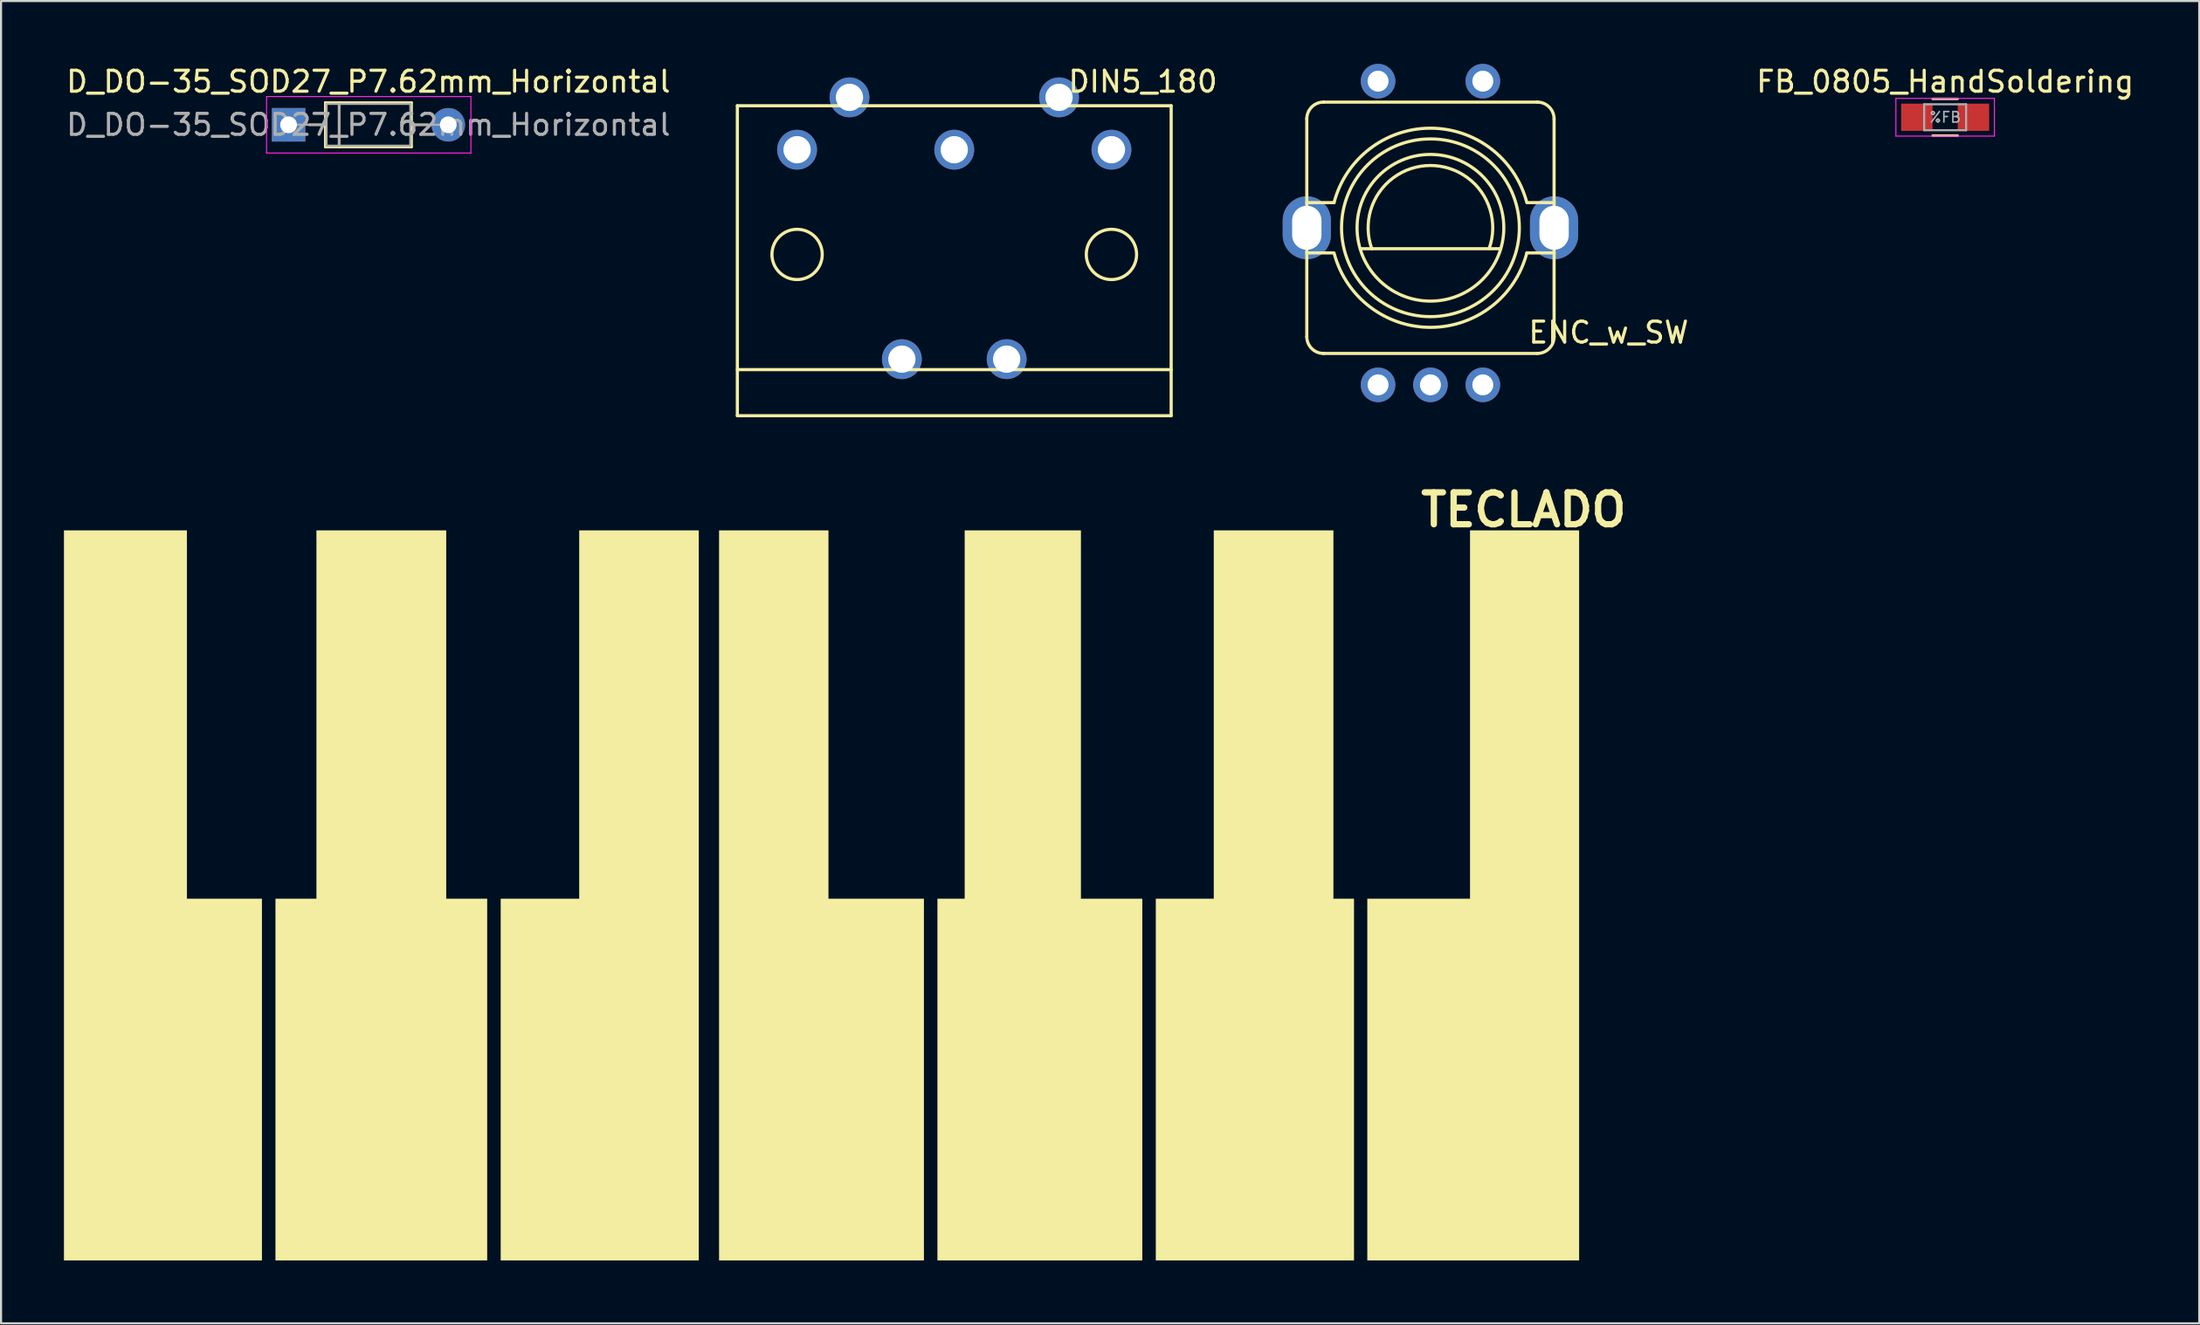
<source format=kicad_pcb>
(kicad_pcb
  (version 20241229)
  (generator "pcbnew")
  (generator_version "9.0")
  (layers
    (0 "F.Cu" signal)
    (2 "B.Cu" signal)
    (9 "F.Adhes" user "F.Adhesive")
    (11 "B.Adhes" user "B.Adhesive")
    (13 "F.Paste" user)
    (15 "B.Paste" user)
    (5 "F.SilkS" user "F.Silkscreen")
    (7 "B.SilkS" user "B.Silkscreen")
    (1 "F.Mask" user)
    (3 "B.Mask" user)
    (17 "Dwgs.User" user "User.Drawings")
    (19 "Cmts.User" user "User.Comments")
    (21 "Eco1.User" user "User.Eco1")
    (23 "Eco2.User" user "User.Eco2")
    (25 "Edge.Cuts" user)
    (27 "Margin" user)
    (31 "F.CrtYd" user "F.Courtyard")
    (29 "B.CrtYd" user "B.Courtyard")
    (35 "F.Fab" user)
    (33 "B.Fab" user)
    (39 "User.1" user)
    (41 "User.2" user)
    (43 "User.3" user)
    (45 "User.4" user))
  (footprint "ENC_w_SW"
    (layer "F.Cu")
    (at 65.207 7.825)
    (property "Reference" "ENC_w_SW" (at 8.5 5 0) (layer "F.SilkS") (effects (font (size 1 1) (thickness 0.15))))
    (attr through_hole)
    (fp_line (start -5.9 5.2) (end -5.9 -5.2) (stroke (width 0.15) (type solid)) (layer "F.SilkS"))
    (fp_line (start -5.1 -6) (end 5.1 -6) (stroke (width 0.15) (type solid)) (layer "F.SilkS"))
    (fp_line (start -5.1 6) (end 5.1 6) (stroke (width 0.15) (type solid)) (layer "F.SilkS"))
    (fp_line (start -4.6 -1.2) (end -5.9 -1.2) (stroke (width 0.15) (type solid)) (layer "F.SilkS"))
    (fp_line (start -4.6 1.2) (end -5.9 1.2) (stroke (width 0.15) (type solid)) (layer "F.SilkS"))
    (fp_line (start -3.3 1) (end 3.3 1) (stroke (width 0.15) (type solid)) (layer "F.SilkS"))
    (fp_line (start 5.9 -1.2) (end 4.6 -1.2) (stroke (width 0.15) (type solid)) (layer "F.SilkS"))
    (fp_line (start 5.9 1.2) (end 4.6 1.2) (stroke (width 0.15) (type solid)) (layer "F.SilkS"))
    (fp_line (start 5.9 5.2) (end 5.9 -5.2) (stroke (width 0.15) (type solid)) (layer "F.SilkS"))
    (fp_arc (start -5.9 -5.2) (mid -5.665685 -5.765685) (end -5.1 -6) (stroke (width 0.15) (type solid)) (layer "F.SilkS"))
    (fp_arc (start -5.1 6) (mid -5.665685 5.765685) (end -5.9 5.2) (stroke (width 0.15) (type solid)) (layer "F.SilkS"))
    (fp_arc (start -4.6 -1.2) (mid -0.031457 -4.753842) (end 4.583717 -1.26077) (stroke (width 0.15) (type solid)) (layer "F.SilkS"))
    (fp_arc (start -2.8 1) (mid -0.007982 -2.973203) (end 2.805329 0.984951) (stroke (width 0.15) (type solid)) (layer "F.SilkS"))
    (fp_arc (start 4.6 1.2) (mid 0.031457 4.753842) (end -4.583717 1.26077) (stroke (width 0.15) (type solid)) (layer "F.SilkS"))
    (fp_arc (start 5.1 -6) (mid 5.665685 -5.765685) (end 5.9 -5.2) (stroke (width 0.15) (type solid)) (layer "F.SilkS"))
    (fp_arc (start 5.9 5.2) (mid 5.665685 5.765685) (end 5.1 6) (stroke (width 0.15) (type solid)) (layer "F.SilkS"))
    (fp_circle (center 0 0) (end 3 3) (stroke (width 0.15) (type solid)) (fill no) (layer "F.SilkS"))
    (fp_circle (center 0 0) (end 3.5 -0.1) (stroke (width 0.15) (type solid)) (fill no) (layer "F.SilkS"))
    (pad "1" thru_hole circle (at -2.5 -7) (size 1.65 1.65) (drill 1) (layers "*.Cu" "*.Mask"))
    (pad "2" thru_hole circle (at 2.5 -7) (size 1.65 1.65) (drill 1) (layers "*.Cu" "*.Mask"))
    (pad "3" thru_hole circle (at 2.5 7.5) (size 1.65 1.65) (drill 1) (layers "*.Cu" "*.Mask"))
    (pad "4" thru_hole circle (at 0 7.5) (size 1.65 1.65) (drill 1) (layers "*.Cu" "*.Mask"))
    (pad "5" thru_hole circle (at -2.5 7.5) (size 1.65 1.65) (drill 1) (layers "*.Cu" "*.Mask"))
    (pad "6" thru_hole oval (at -5.9 0) (size 2.3 3) (drill oval 1.4 2.1) (layers "*.Cu" "*.Mask"))
    (pad "7" thru_hole oval (at 5.9 0) (size 2.3 3) (drill oval 1.4 2.1) (layers "*.Cu" "*.Mask")))
  (footprint "FB_0805_HandSoldering"
    (layer "F.Cu")
    (at 89.767 2.548)
    (property "Reference" "FB_0805_HandSoldering" (at 0 -1.7 0) (layer "F.SilkS") (effects (font (size 1 1) (thickness 0.15))))
    (attr smd)
    (fp_line (start -0.6 -0.88) (end 0.6 -0.88) (stroke (width 0.12) (type solid)) (layer "F.SilkS"))
    (fp_line (start 0.6 0.88) (end -0.6 0.88) (stroke (width 0.12) (type solid)) (layer "F.SilkS"))
    (fp_line (start -2.35 -0.9) (end -2.35 0.9) (stroke (width 0.05) (type solid)) (layer "F.CrtYd"))
    (fp_line (start -2.35 -0.9) (end 2.35 -0.9) (stroke (width 0.05) (type solid)) (layer "F.CrtYd"))
    (fp_line (start 2.35 0.9) (end -2.35 0.9) (stroke (width 0.05) (type solid)) (layer "F.CrtYd"))
    (fp_line (start 2.35 0.9) (end 2.35 -0.9) (stroke (width 0.05) (type solid)) (layer "F.CrtYd"))
    (fp_line (start -1 -0.62) (end 1 -0.62) (stroke (width 0.1) (type solid)) (layer "F.Fab"))
    (fp_line (start -1 0.62) (end -1 -0.62) (stroke (width 0.1) (type solid)) (layer "F.Fab"))
    (fp_line (start 1 -0.62) (end 1 0.62) (stroke (width 0.1) (type solid)) (layer "F.Fab"))
    (fp_line (start 1 0.62) (end -1 0.62) (stroke (width 0.1) (type solid)) (layer "F.Fab"))
    (fp_text user "%FB" (at 0 0 0) (layer "F.Fab") (effects (font (size 0.5 0.5) (thickness 0.075))))
    (pad "1" smd rect (at -1.35 0) (size 1.5 1.3) (layers "F.Cu" "F.Mask" "F.Paste"))
    (pad "2" smd rect (at 1.35 0) (size 1.5 1.3) (layers "F.Cu" "F.Mask" "F.Paste")))
  (footprint "TECLADO"
    (layer "F.Cu")
    (at 36.151 39.541)
    (property "Reference" "TECLADO" (at 33.5 -18.25 0) (layer "F.SilkS") (effects (font (size 1.524 1.524) (thickness 0.3))))
    (attr through_hole)
    (fp_poly (pts (xy -30.285 0.326) (xy -26.703 0.326) (xy -26.703 17.585) (xy -36.146 17.585) (xy -36.146 -17.259) (xy -30.285 -17.259) (xy -30.285 0.326)) (stroke (width 0.01) (type solid)) (fill yes) (layer "F.SilkS"))
    (fp_poly (pts (xy -5.862 17.585) (xy -15.305 17.585) (xy -15.305 0.326) (xy -11.56 0.326) (xy -11.56 -17.259) (xy -5.862 -17.259) (xy -5.862 17.585)) (stroke (width 0.01) (type solid)) (fill yes) (layer "F.SilkS"))
    (fp_poly (pts (xy 0.326 0.326) (xy 4.885 0.326) (xy 4.885 17.585) (xy -4.885 17.585) (xy -4.885 -17.259) (xy 0.326 -17.259) (xy 0.326 0.326)) (stroke (width 0.01) (type solid)) (fill yes) (layer "F.SilkS"))
    (fp_poly (pts (xy 36.146 17.585) (xy 26.051 17.585) (xy 26.051 0.326) (xy 30.947 0.326) (xy 30.947 -17.259) (xy 36.146 -17.259) (xy 36.146 17.585)) (stroke (width 0.01) (type solid)) (fill yes) (layer "F.SilkS"))
    (fp_poly (pts (xy 15.305 0.326) (xy 15.305 17.585) (xy 5.536 17.585) (xy 5.536 0.326) (xy 6.838 0.326) (xy 6.838 -17.259) (xy 12.374 -17.259) (xy 12.374 0.326)) (stroke (width 0.01) (type solid)) (fill yes) (layer "F.SilkS"))
    (fp_poly (pts (xy -17.91 0.326) (xy -15.956 0.326) (xy -15.956 17.585) (xy -26.051 17.585) (xy -26.051 0.326) (xy -24.097 0.326) (xy -24.097 -17.259) (xy -17.91 -17.259) (xy -17.91 0.326)) (stroke (width 0.01) (type solid)) (fill yes) (layer "F.SilkS"))
    (fp_poly (pts (xy 24.423 -17.259) (xy 24.423 0.326) (xy 25.4 0.326) (xy 25.4 17.585) (xy 15.956 17.585) (xy 15.956 0.326) (xy 18.724 0.326) (xy 18.724 -17.259) (xy 24.423 -17.259)) (stroke (width 0.01) (type solid)) (fill yes) (layer "F.SilkS")))
  (footprint "D_DO-35_SOD27_P7.62mm_Horizontal"
    (layer "F.Cu")
    (at 10.72 2.908)
    (property "Reference" "D_DO-35_SOD27_P7.62mm_Horizontal" (at 3.81 -2.06 0) (layer "F.SilkS") (effects (font (size 1 1) (thickness 0.15))))
    (attr through_hole)
    (fp_line (start 0.98 0) (end 1.75 0) (stroke (width 0.12) (type solid)) (layer "F.SilkS"))
    (fp_line (start 1.75 -1.06) (end 1.75 1.06) (stroke (width 0.12) (type solid)) (layer "F.SilkS"))
    (fp_line (start 1.75 1.06) (end 5.87 1.06) (stroke (width 0.12) (type solid)) (layer "F.SilkS"))
    (fp_line (start 2.41 -1.06) (end 2.41 1.06) (stroke (width 0.12) (type solid)) (layer "F.SilkS"))
    (fp_line (start 5.87 -1.06) (end 1.75 -1.06) (stroke (width 0.12) (type solid)) (layer "F.SilkS"))
    (fp_line (start 5.87 1.06) (end 5.87 -1.06) (stroke (width 0.12) (type solid)) (layer "F.SilkS"))
    (fp_line (start 6.64 0) (end 5.87 0) (stroke (width 0.12) (type solid)) (layer "F.SilkS"))
    (fp_line (start -1.05 -1.35) (end -1.05 1.35) (stroke (width 0.05) (type solid)) (layer "F.CrtYd"))
    (fp_line (start -1.05 1.35) (end 8.7 1.35) (stroke (width 0.05) (type solid)) (layer "F.CrtYd"))
    (fp_line (start 8.7 -1.35) (end -1.05 -1.35) (stroke (width 0.05) (type solid)) (layer "F.CrtYd"))
    (fp_line (start 8.7 1.35) (end 8.7 -1.35) (stroke (width 0.05) (type solid)) (layer "F.CrtYd"))
    (fp_line (start 0 0) (end 1.81 0) (stroke (width 0.1) (type solid)) (layer "F.Fab"))
    (fp_line (start 1.81 -1) (end 1.81 1) (stroke (width 0.1) (type solid)) (layer "F.Fab"))
    (fp_line (start 1.81 1) (end 5.81 1) (stroke (width 0.1) (type solid)) (layer "F.Fab"))
    (fp_line (start 2.41 -1) (end 2.41 1) (stroke (width 0.1) (type solid)) (layer "F.Fab"))
    (fp_line (start 5.81 -1) (end 1.81 -1) (stroke (width 0.1) (type solid)) (layer "F.Fab"))
    (fp_line (start 5.81 1) (end 5.81 -1) (stroke (width 0.1) (type solid)) (layer "F.Fab"))
    (fp_line (start 7.62 0) (end 5.81 0) (stroke (width 0.1) (type solid)) (layer "F.Fab"))
    (fp_text user "${REFERENCE}" (at 3.81 0 0) (layer "F.Fab") (effects (font (size 1 1) (thickness 0.15))))
    (pad "1" thru_hole rect (at 0 0) (size 1.6 1.6) (drill 0.8) (layers "*.Cu" "*.Mask"))
    (pad "2" thru_hole oval (at 7.62 0) (size 1.6 1.6) (drill 0.8) (layers "*.Cu" "*.Mask")))
  (footprint "DIN5_180"
    (layer "F.Cu")
    (at 42.485 7.848)
    (property "Reference" "DIN5_180" (at 9 -7 0) (layer "F.SilkS") (effects (font (size 1 1) (thickness 0.15))))
    (attr through_hole)
    (fp_line (start -10.35 -5.85) (end 10.35 -5.85) (stroke (width 0.15) (type solid)) (layer "F.SilkS"))
    (fp_line (start -10.35 6.75) (end 10.35 6.75) (stroke (width 0.15) (type solid)) (layer "F.SilkS"))
    (fp_line (start -10.35 8.95) (end -10.35 -5.85) (stroke (width 0.15) (type solid)) (layer "F.SilkS"))
    (fp_line (start -10.35 8.95) (end 10.35 8.95) (stroke (width 0.15) (type solid)) (layer "F.SilkS"))
    (fp_line (start 10.35 8.95) (end 10.35 -5.85) (stroke (width 0.15) (type solid)) (layer "F.SilkS"))
    (fp_circle (center -7.5 1.25) (end -6.3 1.25) (stroke (width 0.15) (type solid)) (fill no) (layer "F.SilkS"))
    (fp_circle (center 7.5 1.25) (end 8.7 1.25) (stroke (width 0.15) (type solid)) (fill no) (layer "F.SilkS"))
    (pad "0" thru_hole circle (at -2.5 6.25) (size 1.9 1.9) (drill 1.3) (layers "*.Cu" "*.Mask"))
    (pad "0" thru_hole circle (at 2.5 6.25) (size 1.9 1.9) (drill 1.3) (layers "*.Cu" "*.Mask"))
    (pad "1" thru_hole circle (at -7.5 -3.75) (size 1.9 1.9) (drill 1.3) (layers "*.Cu" "*.Mask"))
    (pad "2" thru_hole circle (at -5 -6.25) (size 1.9 1.9) (drill 1.3) (layers "*.Cu" "*.Mask"))
    (pad "3" thru_hole circle (at 0 -3.75) (size 1.9 1.9) (drill 1.3) (layers "*.Cu" "*.Mask"))
    (pad "4" thru_hole circle (at 5 -6.25) (size 1.9 1.9) (drill 1.3) (layers "*.Cu" "*.Mask"))
    (pad "5" thru_hole circle (at 7.5 -3.75) (size 1.9 1.9) (drill 1.3) (layers "*.Cu" "*.Mask")))
  (gr_rect
    (start -3 -3)
    (end 101.892 60.131)
    (stroke (width 0.1) (type default))
    (fill no)
    (layer "Edge.Cuts")))
</source>
